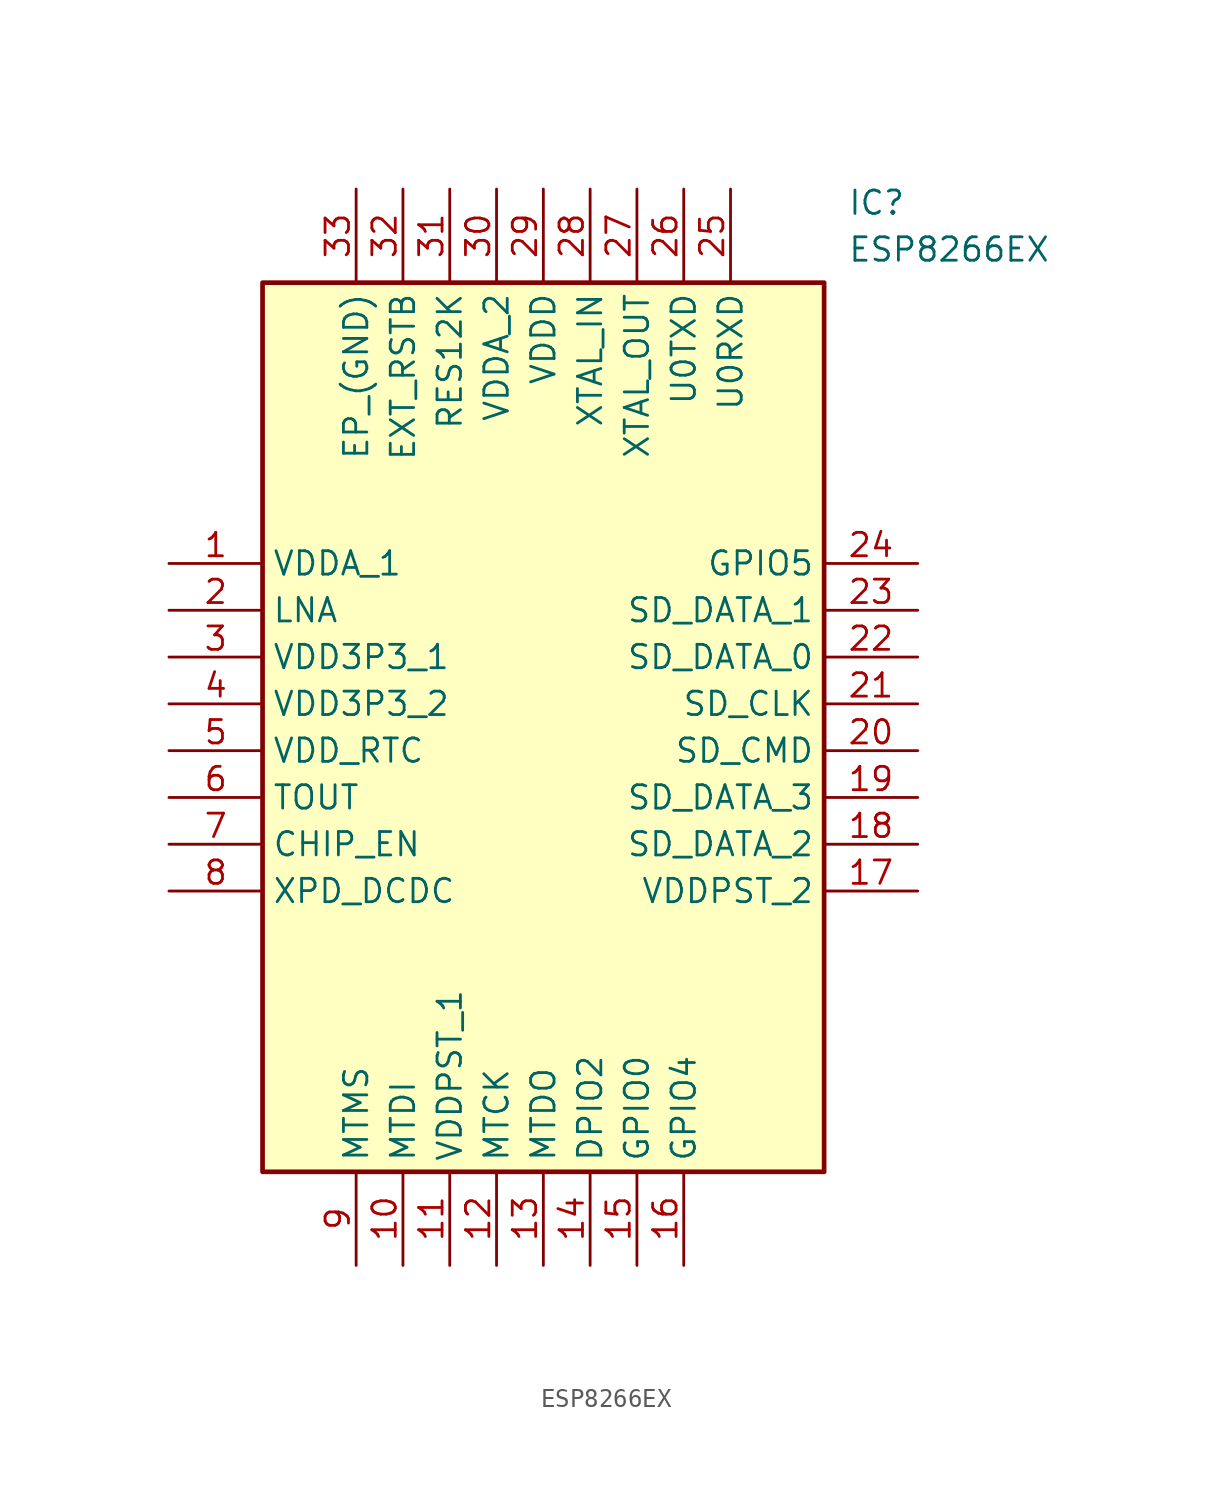
<source format=kicad_sym>
(kicad_symbol_lib
  (version 20211014)
  (generator SamacSys_ECAD_Model)
  (symbol "ESP8266EX"
    (property "Reference" "IC"
      (at 36.83 20.32 0)
      (effects (font (size 1.27 1.27)) (justify left top)))
    (property "Value" "ESP8266EX"
      (at 36.83 17.78 0)
      (effects (font (size 1.27 1.27)) (justify left top)))
    (rectangle
      (start 5.08 15.24)
      (end 35.56 -33.02)
      (stroke (width 0.254) (type default))
      (fill (type background)))
    (pin passive line
      (at 0 0 0)
      (length 5.08)
      (name "VDDA_1" (effects (font (size 1.27 1.27))))
      (number "1" (effects (font (size 1.27 1.27)))))
    (pin passive line
      (at 0 -2.54 0)
      (length 5.08)
      (name "LNA" (effects (font (size 1.27 1.27))))
      (number "2" (effects (font (size 1.27 1.27)))))
    (pin passive line
      (at 0 -5.08 0)
      (length 5.08)
      (name "VDD3P3_1" (effects (font (size 1.27 1.27))))
      (number "3" (effects (font (size 1.27 1.27)))))
    (pin passive line
      (at 0 -7.62 0)
      (length 5.08)
      (name "VDD3P3_2" (effects (font (size 1.27 1.27))))
      (number "4" (effects (font (size 1.27 1.27)))))
    (pin passive line
      (at 0 -10.16 0)
      (length 5.08)
      (name "VDD_RTC" (effects (font (size 1.27 1.27))))
      (number "5" (effects (font (size 1.27 1.27)))))
    (pin passive line
      (at 0 -12.7 0)
      (length 5.08)
      (name "TOUT" (effects (font (size 1.27 1.27))))
      (number "6" (effects (font (size 1.27 1.27)))))
    (pin passive line
      (at 0 -15.24 0)
      (length 5.08)
      (name "CHIP_EN" (effects (font (size 1.27 1.27))))
      (number "7" (effects (font (size 1.27 1.27)))))
    (pin passive line
      (at 0 -17.78 0)
      (length 5.08)
      (name "XPD_DCDC" (effects (font (size 1.27 1.27))))
      (number "8" (effects (font (size 1.27 1.27)))))
    (pin passive line
      (at 10.16 -38.1 90)
      (length 5.08)
      (name "MTMS" (effects (font (size 1.27 1.27))))
      (number "9" (effects (font (size 1.27 1.27)))))
    (pin passive line
      (at 12.7 -38.1 90)
      (length 5.08)
      (name "MTDI" (effects (font (size 1.27 1.27))))
      (number "10" (effects (font (size 1.27 1.27)))))
    (pin passive line
      (at 15.24 -38.1 90)
      (length 5.08)
      (name "VDDPST_1" (effects (font (size 1.27 1.27))))
      (number "11" (effects (font (size 1.27 1.27)))))
    (pin passive line
      (at 17.78 -38.1 90)
      (length 5.08)
      (name "MTCK" (effects (font (size 1.27 1.27))))
      (number "12" (effects (font (size 1.27 1.27)))))
    (pin passive line
      (at 20.32 -38.1 90)
      (length 5.08)
      (name "MTDO" (effects (font (size 1.27 1.27))))
      (number "13" (effects (font (size 1.27 1.27)))))
    (pin passive line
      (at 22.86 -38.1 90)
      (length 5.08)
      (name "DPIO2" (effects (font (size 1.27 1.27))))
      (number "14" (effects (font (size 1.27 1.27)))))
    (pin passive line
      (at 25.4 -38.1 90)
      (length 5.08)
      (name "GPIO0" (effects (font (size 1.27 1.27))))
      (number "15" (effects (font (size 1.27 1.27)))))
    (pin passive line
      (at 27.94 -38.1 90)
      (length 5.08)
      (name "GPIO4" (effects (font (size 1.27 1.27))))
      (number "16" (effects (font (size 1.27 1.27)))))
    (pin passive line
      (at 40.64 0 180)
      (length 5.08)
      (name "GPIO5" (effects (font (size 1.27 1.27))))
      (number "24" (effects (font (size 1.27 1.27)))))
    (pin passive line
      (at 40.64 -2.54 180)
      (length 5.08)
      (name "SD_DATA_1" (effects (font (size 1.27 1.27))))
      (number "23" (effects (font (size 1.27 1.27)))))
    (pin passive line
      (at 40.64 -5.08 180)
      (length 5.08)
      (name "SD_DATA_0" (effects (font (size 1.27 1.27))))
      (number "22" (effects (font (size 1.27 1.27)))))
    (pin passive line
      (at 40.64 -7.62 180)
      (length 5.08)
      (name "SD_CLK" (effects (font (size 1.27 1.27))))
      (number "21" (effects (font (size 1.27 1.27)))))
    (pin passive line
      (at 40.64 -10.16 180)
      (length 5.08)
      (name "SD_CMD" (effects (font (size 1.27 1.27))))
      (number "20" (effects (font (size 1.27 1.27)))))
    (pin passive line
      (at 40.64 -12.7 180)
      (length 5.08)
      (name "SD_DATA_3" (effects (font (size 1.27 1.27))))
      (number "19" (effects (font (size 1.27 1.27)))))
    (pin passive line
      (at 40.64 -15.24 180)
      (length 5.08)
      (name "SD_DATA_2" (effects (font (size 1.27 1.27))))
      (number "18" (effects (font (size 1.27 1.27)))))
    (pin passive line
      (at 40.64 -17.78 180)
      (length 5.08)
      (name "VDDPST_2" (effects (font (size 1.27 1.27))))
      (number "17" (effects (font (size 1.27 1.27)))))
    (pin passive line
      (at 10.16 20.32 270)
      (length 5.08)
      (name "EP_(GND)" (effects (font (size 1.27 1.27))))
      (number "33" (effects (font (size 1.27 1.27)))))
    (pin passive line
      (at 12.7 20.32 270)
      (length 5.08)
      (name "EXT_RSTB" (effects (font (size 1.27 1.27))))
      (number "32" (effects (font (size 1.27 1.27)))))
    (pin passive line
      (at 15.24 20.32 270)
      (length 5.08)
      (name "RES12K" (effects (font (size 1.27 1.27))))
      (number "31" (effects (font (size 1.27 1.27)))))
    (pin passive line
      (at 17.78 20.32 270)
      (length 5.08)
      (name "VDDA_2" (effects (font (size 1.27 1.27))))
      (number "30" (effects (font (size 1.27 1.27)))))
    (pin passive line
      (at 20.32 20.32 270)
      (length 5.08)
      (name "VDDD" (effects (font (size 1.27 1.27))))
      (number "29" (effects (font (size 1.27 1.27)))))
    (pin passive line
      (at 22.86 20.32 270)
      (length 5.08)
      (name "XTAL_IN" (effects (font (size 1.27 1.27))))
      (number "28" (effects (font (size 1.27 1.27)))))
    (pin passive line
      (at 25.4 20.32 270)
      (length 5.08)
      (name "XTAL_OUT" (effects (font (size 1.27 1.27))))
      (number "27" (effects (font (size 1.27 1.27)))))
    (pin passive line
      (at 27.94 20.32 270)
      (length 5.08)
      (name "U0TXD" (effects (font (size 1.27 1.27))))
      (number "26" (effects (font (size 1.27 1.27)))))
    (pin passive line
      (at 30.48 20.32 270)
      (length 5.08)
      (name "U0RXD" (effects (font (size 1.27 1.27))))
      (number "25" (effects (font (size 1.27 1.27)))))))
</source>
